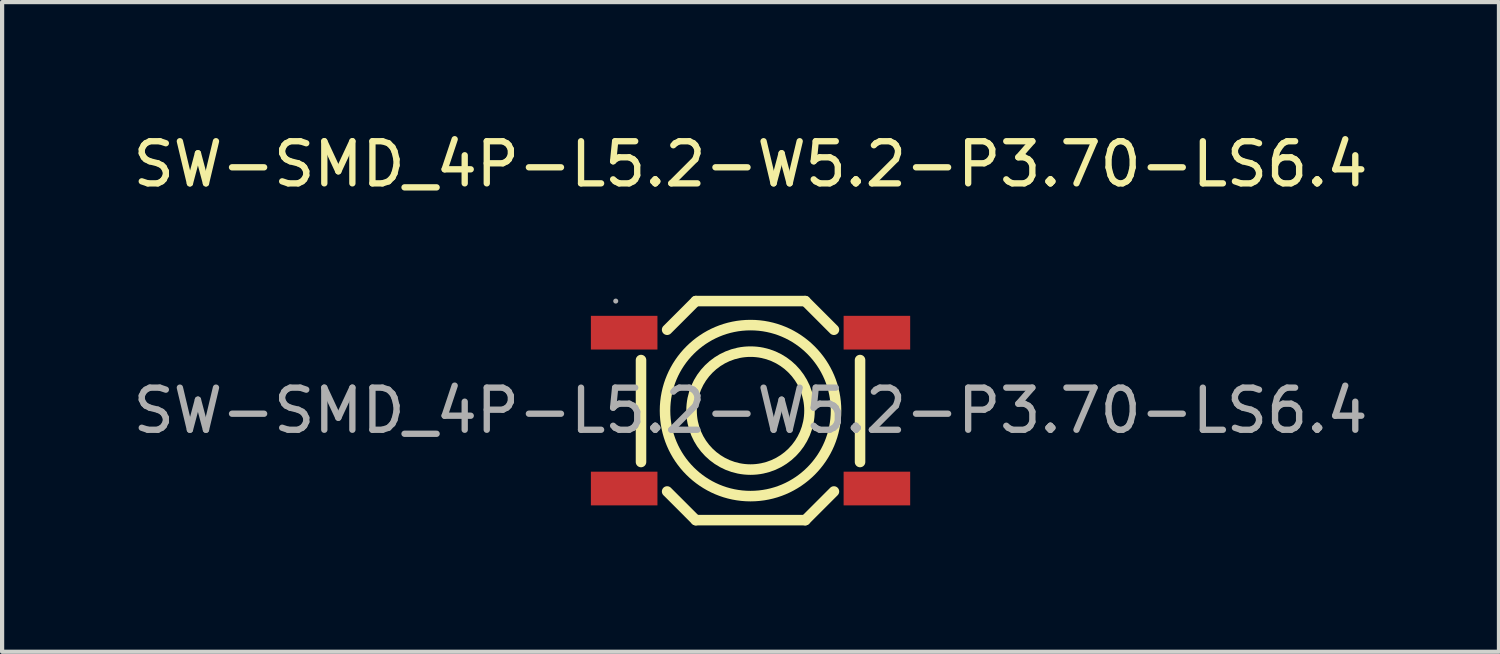
<source format=kicad_pcb>
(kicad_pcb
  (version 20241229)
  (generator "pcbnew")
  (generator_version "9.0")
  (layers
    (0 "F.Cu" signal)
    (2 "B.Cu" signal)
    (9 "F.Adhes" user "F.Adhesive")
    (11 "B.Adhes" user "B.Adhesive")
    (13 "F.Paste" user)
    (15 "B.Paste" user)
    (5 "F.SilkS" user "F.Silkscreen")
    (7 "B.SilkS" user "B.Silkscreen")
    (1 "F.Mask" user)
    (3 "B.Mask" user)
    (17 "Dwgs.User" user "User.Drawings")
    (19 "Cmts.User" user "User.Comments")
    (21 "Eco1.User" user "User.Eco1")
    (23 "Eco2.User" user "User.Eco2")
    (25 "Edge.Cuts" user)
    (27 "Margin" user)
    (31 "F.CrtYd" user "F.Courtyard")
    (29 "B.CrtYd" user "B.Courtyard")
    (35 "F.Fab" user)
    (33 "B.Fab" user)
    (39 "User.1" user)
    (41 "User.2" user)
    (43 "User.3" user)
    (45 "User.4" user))
  (footprint "SW-SMD_4P-L5.2-W5.2-P3.70-LS6.4"
    (layer "F.Cu")
    (at 14.768 6.698)
    (property "Reference" "SW-SMD_4P-L5.2-W5.2-P3.70-LS6.4" (at 0 -5.85 0) (layer "F.SilkS") (effects (font (size 1 1) (thickness 0.15))))
    (attr smd)
    (fp_line (start -2.6 -1.2) (end -2.6 1.22) (stroke (width 0.25) (type solid)) (layer "F.SilkS"))
    (fp_line (start -1.98 1.92) (end -1.3 2.6) (stroke (width 0.25) (type solid)) (layer "F.SilkS"))
    (fp_line (start -1.3 -2.6) (end -1.98 -1.92) (stroke (width 0.25) (type solid)) (layer "F.SilkS"))
    (fp_line (start -1.3 2.6) (end 1.3 2.6) (stroke (width 0.25) (type solid)) (layer "F.SilkS"))
    (fp_line (start 1.3 -2.6) (end -1.3 -2.6) (stroke (width 0.25) (type solid)) (layer "F.SilkS"))
    (fp_line (start 1.3 2.6) (end 1.98 1.92) (stroke (width 0.25) (type solid)) (layer "F.SilkS"))
    (fp_line (start 1.98 -1.92) (end 1.3 -2.6) (stroke (width 0.25) (type solid)) (layer "F.SilkS"))
    (fp_line (start 2.6 -1.2) (end 2.6 1.22) (stroke (width 0.25) (type solid)) (layer "F.SilkS"))
    (fp_circle (center 0 0) (end 1.4 0) (stroke (width 0.25) (type solid)) (fill no) (layer "F.SilkS"))
    (fp_circle (center 0 0) (end 2.03 0) (stroke (width 0.25) (type solid)) (fill no) (layer "F.SilkS"))
    (fp_circle (center -3.2 -2.6) (end -3.17 -2.6) (stroke (width 0.06) (type solid)) (fill no) (layer "F.Fab"))
    (fp_text user "${REFERENCE}" (at 0 0 0) (layer "F.Fab") (effects (font (size 1 1) (thickness 0.15))))
    (pad "1" smd rect (at -3 -1.85) (size 1.58 0.8) (layers "F.Cu" "F.Mask" "F.Paste"))
    (pad "2" smd rect (at 3 -1.85) (size 1.58 0.8) (layers "F.Cu" "F.Mask" "F.Paste"))
    (pad "3" smd rect (at -3 1.85) (size 1.58 0.8) (layers "F.Cu" "F.Mask" "F.Paste"))
    (pad "4" smd rect (at 3 1.85) (size 1.58 0.8) (layers "F.Cu" "F.Mask" "F.Paste")))
  (gr_rect
    (start -3 -3)
    (end 32.536 12.423)
    (stroke (width 0.1) (type default))
    (fill no)
    (layer "Edge.Cuts")))
</source>
